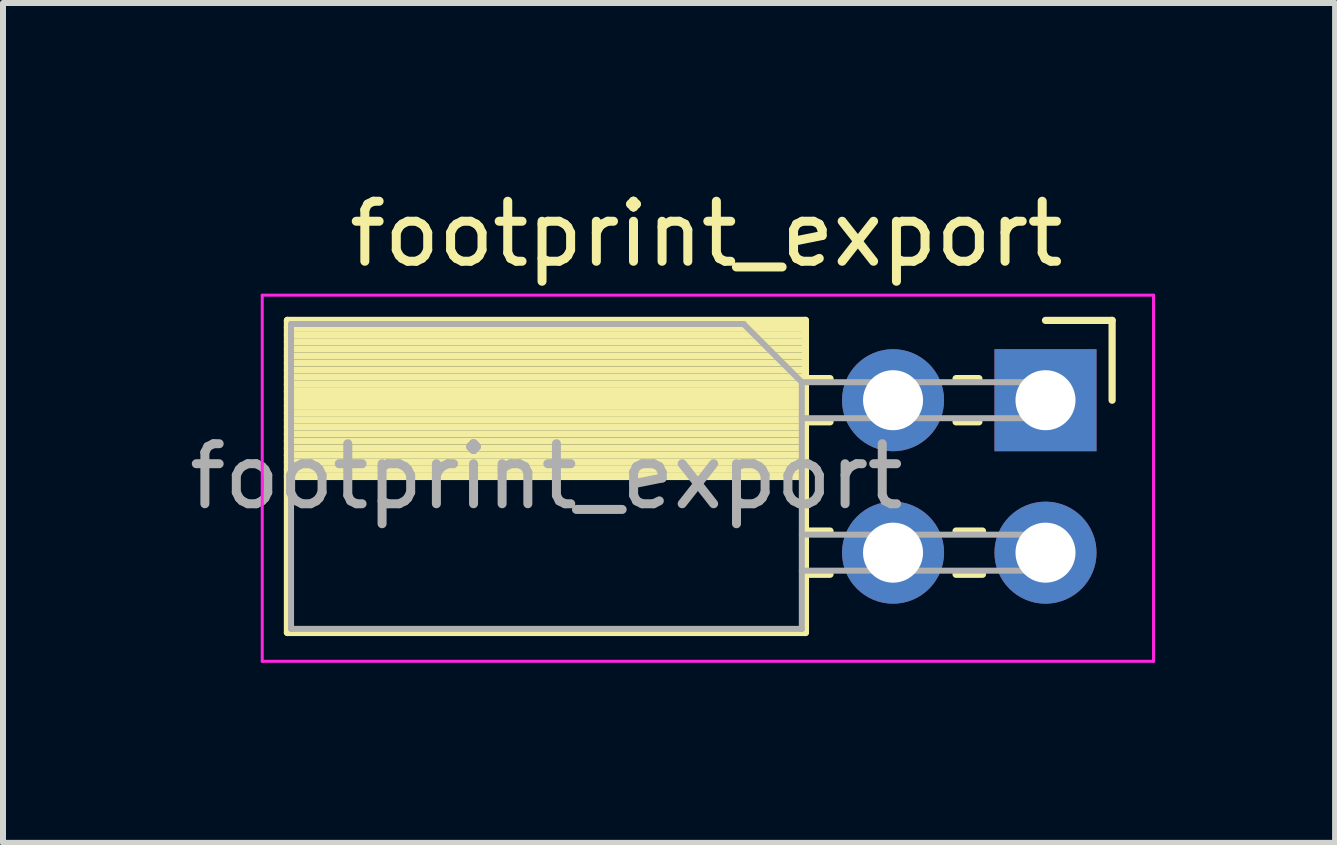
<source format=kicad_pcb>
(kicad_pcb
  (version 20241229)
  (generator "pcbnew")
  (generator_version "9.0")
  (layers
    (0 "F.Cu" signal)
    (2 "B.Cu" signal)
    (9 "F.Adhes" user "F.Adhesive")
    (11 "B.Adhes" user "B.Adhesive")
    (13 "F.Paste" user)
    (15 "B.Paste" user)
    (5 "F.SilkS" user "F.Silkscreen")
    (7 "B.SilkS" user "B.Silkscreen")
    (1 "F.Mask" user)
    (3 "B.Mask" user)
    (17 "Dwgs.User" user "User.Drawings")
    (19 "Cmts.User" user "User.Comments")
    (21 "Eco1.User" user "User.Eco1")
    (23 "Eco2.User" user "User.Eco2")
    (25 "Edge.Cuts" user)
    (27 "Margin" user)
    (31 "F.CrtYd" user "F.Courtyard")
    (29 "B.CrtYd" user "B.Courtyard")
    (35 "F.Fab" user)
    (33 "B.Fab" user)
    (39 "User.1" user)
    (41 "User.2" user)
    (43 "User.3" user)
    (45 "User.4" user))
  (footprint "footprint_export"
    (layer "F.Cu")
    (at 14.369 3.618)
    (property "Reference" "footprint_export" (at -5.65 -2.77 0) (layer "F.SilkS") (effects (font (size 1 1) (thickness 0.15))))
    (attr through_hole)
    (fp_line (start -12.63 -1.33) (end -12.63 3.87) (stroke (width 0.12) (type solid)) (layer "F.SilkS"))
    (fp_line (start -12.63 -1.33) (end -4 -1.33) (stroke (width 0.12) (type solid)) (layer "F.SilkS"))
    (fp_line (start -12.63 -1.21) (end -4 -1.21) (stroke (width 0.12) (type solid)) (layer "F.SilkS"))
    (fp_line (start -12.63 -1.092) (end -4 -1.092) (stroke (width 0.12) (type solid)) (layer "F.SilkS"))
    (fp_line (start -12.63 -0.974) (end -4 -0.974) (stroke (width 0.12) (type solid)) (layer "F.SilkS"))
    (fp_line (start -12.63 -0.856) (end -4 -0.856) (stroke (width 0.12) (type solid)) (layer "F.SilkS"))
    (fp_line (start -12.63 -0.738) (end -4 -0.738) (stroke (width 0.12) (type solid)) (layer "F.SilkS"))
    (fp_line (start -12.63 -0.62) (end -4 -0.62) (stroke (width 0.12) (type solid)) (layer "F.SilkS"))
    (fp_line (start -12.63 -0.501) (end -4 -0.501) (stroke (width 0.12) (type solid)) (layer "F.SilkS"))
    (fp_line (start -12.63 -0.383) (end -4 -0.383) (stroke (width 0.12) (type solid)) (layer "F.SilkS"))
    (fp_line (start -12.63 -0.265) (end -4 -0.265) (stroke (width 0.12) (type solid)) (layer "F.SilkS"))
    (fp_line (start -12.63 -0.147) (end -4 -0.147) (stroke (width 0.12) (type solid)) (layer "F.SilkS"))
    (fp_line (start -12.63 -0.029) (end -4 -0.029) (stroke (width 0.12) (type solid)) (layer "F.SilkS"))
    (fp_line (start -12.63 0.089) (end -4 0.089) (stroke (width 0.12) (type solid)) (layer "F.SilkS"))
    (fp_line (start -12.63 0.207) (end -4 0.207) (stroke (width 0.12) (type solid)) (layer "F.SilkS"))
    (fp_line (start -12.63 0.325) (end -4 0.325) (stroke (width 0.12) (type solid)) (layer "F.SilkS"))
    (fp_line (start -12.63 0.443) (end -4 0.443) (stroke (width 0.12) (type solid)) (layer "F.SilkS"))
    (fp_line (start -12.63 0.561) (end -4 0.561) (stroke (width 0.12) (type solid)) (layer "F.SilkS"))
    (fp_line (start -12.63 0.68) (end -4 0.68) (stroke (width 0.12) (type solid)) (layer "F.SilkS"))
    (fp_line (start -12.63 0.798) (end -4 0.798) (stroke (width 0.12) (type solid)) (layer "F.SilkS"))
    (fp_line (start -12.63 0.916) (end -4 0.916) (stroke (width 0.12) (type solid)) (layer "F.SilkS"))
    (fp_line (start -12.63 1.034) (end -4 1.034) (stroke (width 0.12) (type solid)) (layer "F.SilkS"))
    (fp_line (start -12.63 1.152) (end -4 1.152) (stroke (width 0.12) (type solid)) (layer "F.SilkS"))
    (fp_line (start -12.63 1.27) (end -4 1.27) (stroke (width 0.12) (type solid)) (layer "F.SilkS"))
    (fp_line (start -12.63 3.87) (end -4 3.87) (stroke (width 0.12) (type solid)) (layer "F.SilkS"))
    (fp_line (start -4 -1.33) (end -4 3.87) (stroke (width 0.12) (type solid)) (layer "F.SilkS"))
    (fp_line (start -4 -0.36) (end -3.59 -0.36) (stroke (width 0.12) (type solid)) (layer "F.SilkS"))
    (fp_line (start -4 0.36) (end -3.59 0.36) (stroke (width 0.12) (type solid)) (layer "F.SilkS"))
    (fp_line (start -4 2.18) (end -3.59 2.18) (stroke (width 0.12) (type solid)) (layer "F.SilkS"))
    (fp_line (start -4 2.9) (end -3.59 2.9) (stroke (width 0.12) (type solid)) (layer "F.SilkS"))
    (fp_line (start -1.49 -0.36) (end -1.11 -0.36) (stroke (width 0.12) (type solid)) (layer "F.SilkS"))
    (fp_line (start -1.49 0.36) (end -1.11 0.36) (stroke (width 0.12) (type solid)) (layer "F.SilkS"))
    (fp_line (start -1.49 2.18) (end -1.05 2.18) (stroke (width 0.12) (type solid)) (layer "F.SilkS"))
    (fp_line (start -1.49 2.9) (end -1.05 2.9) (stroke (width 0.12) (type solid)) (layer "F.SilkS"))
    (fp_line (start 0 -1.33) (end 1.11 -1.33) (stroke (width 0.12) (type solid)) (layer "F.SilkS"))
    (fp_line (start 1.11 -1.33) (end 1.11 0) (stroke (width 0.12) (type solid)) (layer "F.SilkS"))
    (fp_line (start -13.05 -1.75) (end -13.05 4.35) (stroke (width 0.05) (type solid)) (layer "F.CrtYd"))
    (fp_line (start -13.05 4.35) (end 1.8 4.35) (stroke (width 0.05) (type solid)) (layer "F.CrtYd"))
    (fp_line (start 1.8 -1.75) (end -13.05 -1.75) (stroke (width 0.05) (type solid)) (layer "F.CrtYd"))
    (fp_line (start 1.8 4.35) (end 1.8 -1.75) (stroke (width 0.05) (type solid)) (layer "F.CrtYd"))
    (fp_line (start -12.57 -1.27) (end -5.03 -1.27) (stroke (width 0.1) (type solid)) (layer "F.Fab"))
    (fp_line (start -12.57 3.81) (end -12.57 -1.27) (stroke (width 0.1) (type solid)) (layer "F.Fab"))
    (fp_line (start -5.03 -1.27) (end -4.06 -0.3) (stroke (width 0.1) (type solid)) (layer "F.Fab"))
    (fp_line (start -4.06 -0.3) (end -4.06 3.81) (stroke (width 0.1) (type solid)) (layer "F.Fab"))
    (fp_line (start -4.06 0.3) (end 0 0.3) (stroke (width 0.1) (type solid)) (layer "F.Fab"))
    (fp_line (start -4.06 2.84) (end 0 2.84) (stroke (width 0.1) (type solid)) (layer "F.Fab"))
    (fp_line (start -4.06 3.81) (end -12.57 3.81) (stroke (width 0.1) (type solid)) (layer "F.Fab"))
    (fp_line (start 0 -0.3) (end -4.06 -0.3) (stroke (width 0.1) (type solid)) (layer "F.Fab"))
    (fp_line (start 0 0.3) (end 0 -0.3) (stroke (width 0.1) (type solid)) (layer "F.Fab"))
    (fp_line (start 0 2.24) (end -4.06 2.24) (stroke (width 0.1) (type solid)) (layer "F.Fab"))
    (fp_line (start 0 2.84) (end 0 2.24) (stroke (width 0.1) (type solid)) (layer "F.Fab"))
    (fp_text user "${REFERENCE}" (at -8.315 1.27 0) (layer "F.Fab") (effects (font (size 1 1) (thickness 0.15))))
    (pad "1" thru_hole rect (at 0 0) (size 1.7 1.7) (drill 1) (layers "*.Cu" "*.Mask"))
    (pad "2" thru_hole oval (at -2.54 0) (size 1.7 1.7) (drill 1) (layers "*.Cu" "*.Mask"))
    (pad "3" thru_hole oval (at 0 2.54) (size 1.7 1.7) (drill 1) (layers "*.Cu" "*.Mask"))
    (pad "4" thru_hole oval (at -2.54 2.54) (size 1.7 1.7) (drill 1) (layers "*.Cu" "*.Mask")))
  (gr_rect
    (start -3 -3)
    (end 19.194 10.993)
    (stroke (width 0.1) (type default))
    (fill no)
    (layer "Edge.Cuts")))
</source>
